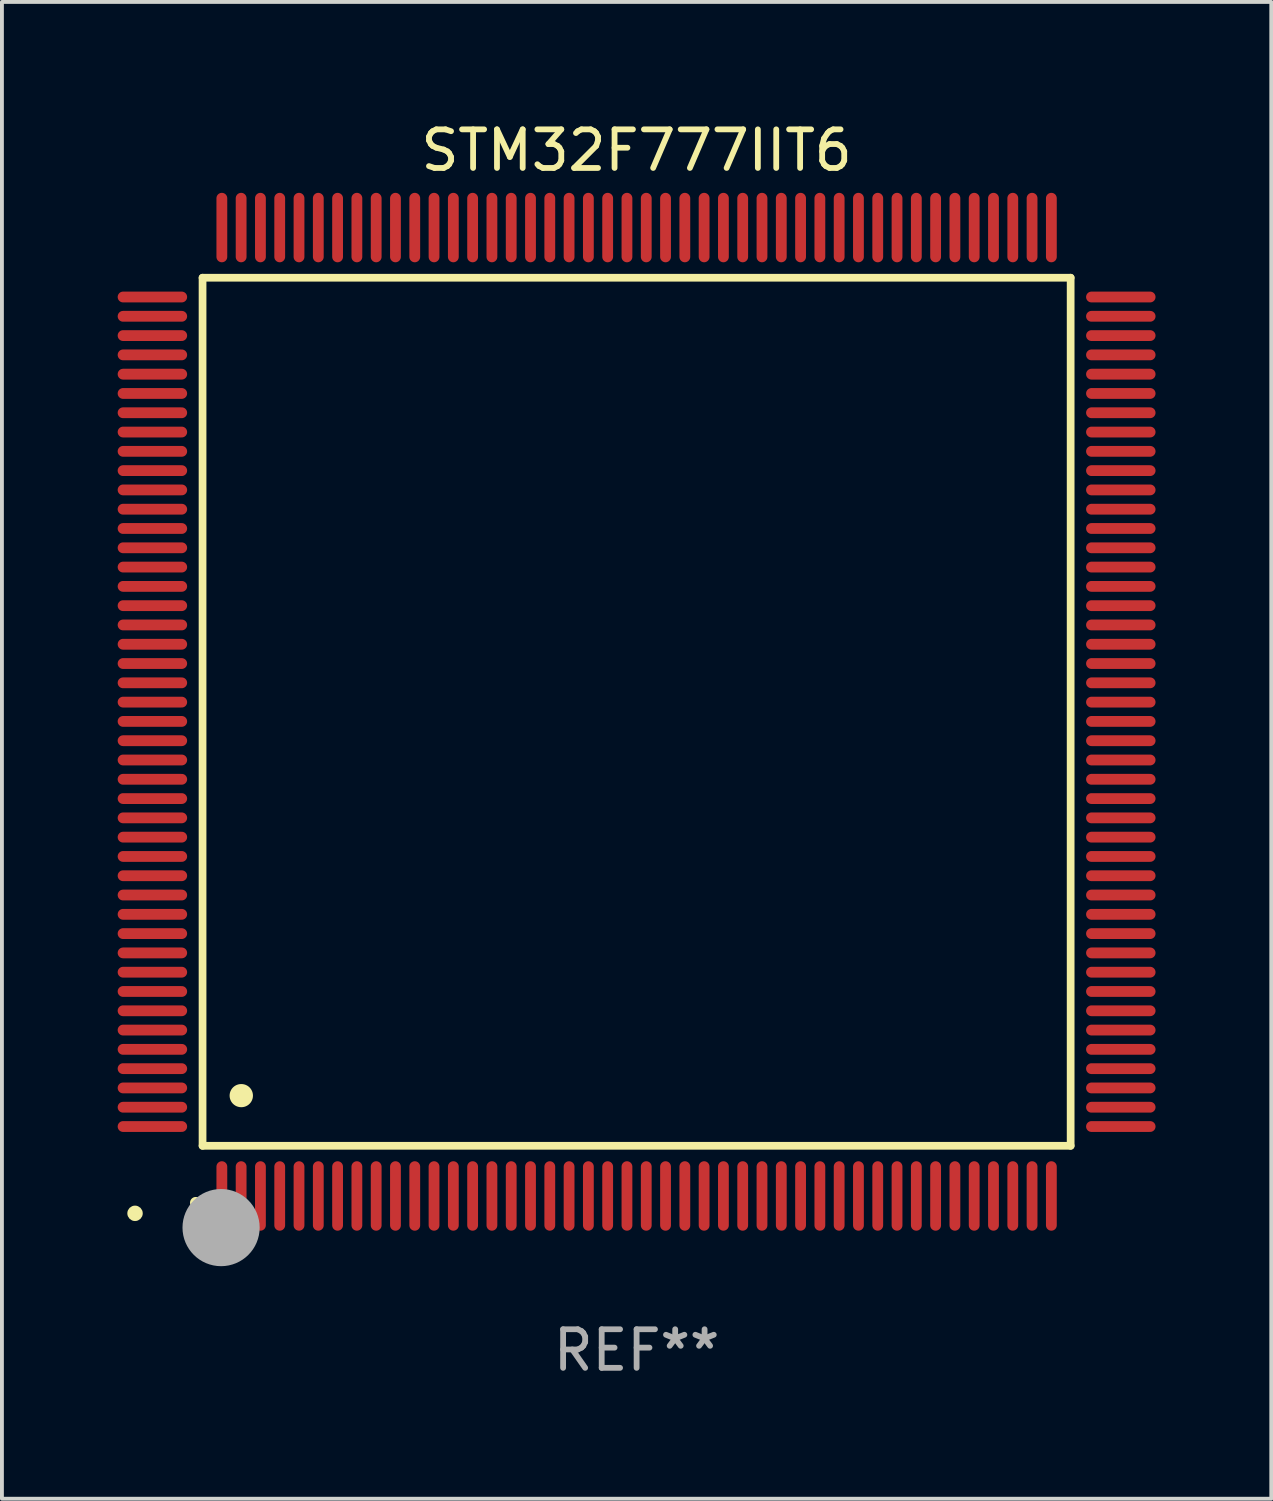
<source format=kicad_pcb>
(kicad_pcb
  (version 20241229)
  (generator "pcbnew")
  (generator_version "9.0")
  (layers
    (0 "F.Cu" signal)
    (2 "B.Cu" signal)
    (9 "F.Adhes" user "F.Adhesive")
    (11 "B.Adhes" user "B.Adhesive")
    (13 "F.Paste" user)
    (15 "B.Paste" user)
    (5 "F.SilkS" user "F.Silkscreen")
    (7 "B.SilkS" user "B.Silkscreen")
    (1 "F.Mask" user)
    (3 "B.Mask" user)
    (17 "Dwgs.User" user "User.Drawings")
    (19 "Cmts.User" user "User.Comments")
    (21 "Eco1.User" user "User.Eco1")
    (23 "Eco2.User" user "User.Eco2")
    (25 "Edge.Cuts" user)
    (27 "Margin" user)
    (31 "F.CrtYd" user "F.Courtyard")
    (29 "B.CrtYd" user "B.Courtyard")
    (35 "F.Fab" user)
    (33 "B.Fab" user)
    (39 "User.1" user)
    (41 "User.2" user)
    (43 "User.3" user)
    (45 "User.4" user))
  (footprint "STM32F777IIT6"
    (layer "F.Cu")
    (at 13.45 15.398)
    (property "Reference" "STM32F777IIT6" (at 0 -14.55 0) (layer "F.SilkS") (effects (font (size 1 1) (thickness 0.15))))
    (attr through_hole)
    (fp_line (start -11.25 -11.25) (end 11.25 -11.25) (stroke (width 0.2) (type solid)) (layer "F.SilkS"))
    (fp_line (start -11.25 11.25) (end -11.25 -11.25) (stroke (width 0.2) (type solid)) (layer "F.SilkS"))
    (fp_line (start 11.25 -11.25) (end 11.25 11.25) (stroke (width 0.2) (type solid)) (layer "F.SilkS"))
    (fp_line (start 11.25 11.25) (end -11.25 11.25) (stroke (width 0.2) (type solid)) (layer "F.SilkS"))
    (fp_arc (start -11.424943 12.725425) (mid -11.423673 12.72542) (end -11.422403 12.725425) (stroke (width 0.3) (type solid)) (layer "F.SilkS"))
    (fp_arc (start -10.24892 9.9492) (mid -10.24638 9.949189) (end -10.24384 9.9492) (stroke (width 0.6) (type solid)) (layer "F.SilkS"))
    (fp_circle (center -13 13) (end -12.9 13) (stroke (width 0.2) (type solid)) (fill no) (layer "F.SilkS"))
    (fp_circle (center -10.77 13.37) (end -10.27 13.37) (stroke (width 1) (type solid)) (fill no) (layer "F.Fab"))
    (fp_text user "REF**" (at 0 16.55 0) (layer "F.Fab") (effects (font (size 1 1) (thickness 0.15))))
    (pad "1" smd oval (at -10.75 12.55) (size 0.28 1.8) (layers "F.Cu" "F.Mask" "F.Paste"))
    (pad "2" smd oval (at -10.25 12.55) (size 0.28 1.8) (layers "F.Cu" "F.Mask" "F.Paste"))
    (pad "3" smd oval (at -9.75 12.55) (size 0.28 1.8) (layers "F.Cu" "F.Mask" "F.Paste"))
    (pad "4" smd oval (at -9.25 12.55) (size 0.28 1.8) (layers "F.Cu" "F.Mask" "F.Paste"))
    (pad "5" smd oval (at -8.75 12.55) (size 0.28 1.8) (layers "F.Cu" "F.Mask" "F.Paste"))
    (pad "6" smd oval (at -8.25 12.55) (size 0.28 1.8) (layers "F.Cu" "F.Mask" "F.Paste"))
    (pad "7" smd oval (at -7.75 12.55) (size 0.28 1.8) (layers "F.Cu" "F.Mask" "F.Paste"))
    (pad "8" smd oval (at -7.25 12.55) (size 0.28 1.8) (layers "F.Cu" "F.Mask" "F.Paste"))
    (pad "9" smd oval (at -6.75 12.55) (size 0.28 1.8) (layers "F.Cu" "F.Mask" "F.Paste"))
    (pad "10" smd oval (at -6.25 12.55) (size 0.28 1.8) (layers "F.Cu" "F.Mask" "F.Paste"))
    (pad "11" smd oval (at -5.75 12.55) (size 0.28 1.8) (layers "F.Cu" "F.Mask" "F.Paste"))
    (pad "12" smd oval (at -5.25 12.55) (size 0.28 1.8) (layers "F.Cu" "F.Mask" "F.Paste"))
    (pad "13" smd oval (at -4.75 12.55) (size 0.28 1.8) (layers "F.Cu" "F.Mask" "F.Paste"))
    (pad "14" smd oval (at -4.25 12.55) (size 0.28 1.8) (layers "F.Cu" "F.Mask" "F.Paste"))
    (pad "15" smd oval (at -3.75 12.55) (size 0.28 1.8) (layers "F.Cu" "F.Mask" "F.Paste"))
    (pad "16" smd oval (at -3.25 12.55) (size 0.28 1.8) (layers "F.Cu" "F.Mask" "F.Paste"))
    (pad "17" smd oval (at -2.75 12.55) (size 0.28 1.8) (layers "F.Cu" "F.Mask" "F.Paste"))
    (pad "18" smd oval (at -2.25 12.55) (size 0.28 1.8) (layers "F.Cu" "F.Mask" "F.Paste"))
    (pad "19" smd oval (at -1.75 12.55) (size 0.28 1.8) (layers "F.Cu" "F.Mask" "F.Paste"))
    (pad "20" smd oval (at -1.25 12.55) (size 0.28 1.8) (layers "F.Cu" "F.Mask" "F.Paste"))
    (pad "21" smd oval (at -0.75 12.55) (size 0.28 1.8) (layers "F.Cu" "F.Mask" "F.Paste"))
    (pad "22" smd oval (at -0.25 12.55) (size 0.28 1.8) (layers "F.Cu" "F.Mask" "F.Paste"))
    (pad "23" smd oval (at 0.25 12.55) (size 0.28 1.8) (layers "F.Cu" "F.Mask" "F.Paste"))
    (pad "24" smd oval (at 0.75 12.55) (size 0.28 1.8) (layers "F.Cu" "F.Mask" "F.Paste"))
    (pad "25" smd oval (at 1.25 12.55) (size 0.28 1.8) (layers "F.Cu" "F.Mask" "F.Paste"))
    (pad "26" smd oval (at 1.75 12.55) (size 0.28 1.8) (layers "F.Cu" "F.Mask" "F.Paste"))
    (pad "27" smd oval (at 2.25 12.55) (size 0.28 1.8) (layers "F.Cu" "F.Mask" "F.Paste"))
    (pad "28" smd oval (at 2.75 12.55) (size 0.28 1.8) (layers "F.Cu" "F.Mask" "F.Paste"))
    (pad "29" smd oval (at 3.25 12.55) (size 0.28 1.8) (layers "F.Cu" "F.Mask" "F.Paste"))
    (pad "30" smd oval (at 3.75 12.55) (size 0.28 1.8) (layers "F.Cu" "F.Mask" "F.Paste"))
    (pad "31" smd oval (at 4.25 12.55) (size 0.28 1.8) (layers "F.Cu" "F.Mask" "F.Paste"))
    (pad "32" smd oval (at 4.75 12.55) (size 0.28 1.8) (layers "F.Cu" "F.Mask" "F.Paste"))
    (pad "33" smd oval (at 5.25 12.55) (size 0.28 1.8) (layers "F.Cu" "F.Mask" "F.Paste"))
    (pad "34" smd oval (at 5.75 12.55) (size 0.28 1.8) (layers "F.Cu" "F.Mask" "F.Paste"))
    (pad "35" smd oval (at 6.25 12.55) (size 0.28 1.8) (layers "F.Cu" "F.Mask" "F.Paste"))
    (pad "36" smd oval (at 6.75 12.55) (size 0.28 1.8) (layers "F.Cu" "F.Mask" "F.Paste"))
    (pad "37" smd oval (at 7.25 12.55) (size 0.28 1.8) (layers "F.Cu" "F.Mask" "F.Paste"))
    (pad "38" smd oval (at 7.75 12.55) (size 0.28 1.8) (layers "F.Cu" "F.Mask" "F.Paste"))
    (pad "39" smd oval (at 8.25 12.55) (size 0.28 1.8) (layers "F.Cu" "F.Mask" "F.Paste"))
    (pad "40" smd oval (at 8.75 12.55) (size 0.28 1.8) (layers "F.Cu" "F.Mask" "F.Paste"))
    (pad "41" smd oval (at 9.25 12.55) (size 0.28 1.8) (layers "F.Cu" "F.Mask" "F.Paste"))
    (pad "42" smd oval (at 9.75 12.55) (size 0.28 1.8) (layers "F.Cu" "F.Mask" "F.Paste"))
    (pad "43" smd oval (at 10.25 12.55) (size 0.28 1.8) (layers "F.Cu" "F.Mask" "F.Paste"))
    (pad "44" smd oval (at 10.75 12.55) (size 0.28 1.8) (layers "F.Cu" "F.Mask" "F.Paste"))
    (pad "45" smd oval (at 12.55 10.75) (size 1.8 0.28) (layers "F.Cu" "F.Mask" "F.Paste"))
    (pad "46" smd oval (at 12.55 10.25) (size 1.8 0.28) (layers "F.Cu" "F.Mask" "F.Paste"))
    (pad "47" smd oval (at 12.55 9.75) (size 1.8 0.28) (layers "F.Cu" "F.Mask" "F.Paste"))
    (pad "48" smd oval (at 12.55 9.25) (size 1.8 0.28) (layers "F.Cu" "F.Mask" "F.Paste"))
    (pad "49" smd oval (at 12.55 8.75) (size 1.8 0.28) (layers "F.Cu" "F.Mask" "F.Paste"))
    (pad "50" smd oval (at 12.55 8.25) (size 1.8 0.28) (layers "F.Cu" "F.Mask" "F.Paste"))
    (pad "51" smd oval (at 12.55 7.75) (size 1.8 0.28) (layers "F.Cu" "F.Mask" "F.Paste"))
    (pad "52" smd oval (at 12.55 7.25) (size 1.8 0.28) (layers "F.Cu" "F.Mask" "F.Paste"))
    (pad "53" smd oval (at 12.55 6.75) (size 1.8 0.28) (layers "F.Cu" "F.Mask" "F.Paste"))
    (pad "54" smd oval (at 12.55 6.25) (size 1.8 0.28) (layers "F.Cu" "F.Mask" "F.Paste"))
    (pad "55" smd oval (at 12.55 5.75) (size 1.8 0.28) (layers "F.Cu" "F.Mask" "F.Paste"))
    (pad "56" smd oval (at 12.55 5.25) (size 1.8 0.28) (layers "F.Cu" "F.Mask" "F.Paste"))
    (pad "57" smd oval (at 12.55 4.75) (size 1.8 0.28) (layers "F.Cu" "F.Mask" "F.Paste"))
    (pad "58" smd oval (at 12.55 4.25) (size 1.8 0.28) (layers "F.Cu" "F.Mask" "F.Paste"))
    (pad "59" smd oval (at 12.55 3.75) (size 1.8 0.28) (layers "F.Cu" "F.Mask" "F.Paste"))
    (pad "60" smd oval (at 12.55 3.25) (size 1.8 0.28) (layers "F.Cu" "F.Mask" "F.Paste"))
    (pad "61" smd oval (at 12.55 2.75) (size 1.8 0.28) (layers "F.Cu" "F.Mask" "F.Paste"))
    (pad "62" smd oval (at 12.55 2.25) (size 1.8 0.28) (layers "F.Cu" "F.Mask" "F.Paste"))
    (pad "63" smd oval (at 12.55 1.75) (size 1.8 0.28) (layers "F.Cu" "F.Mask" "F.Paste"))
    (pad "64" smd oval (at 12.55 1.25) (size 1.8 0.28) (layers "F.Cu" "F.Mask" "F.Paste"))
    (pad "65" smd oval (at 12.55 0.75) (size 1.8 0.28) (layers "F.Cu" "F.Mask" "F.Paste"))
    (pad "66" smd oval (at 12.55 0.25) (size 1.8 0.28) (layers "F.Cu" "F.Mask" "F.Paste"))
    (pad "67" smd oval (at 12.55 -0.25) (size 1.8 0.28) (layers "F.Cu" "F.Mask" "F.Paste"))
    (pad "68" smd oval (at 12.55 -0.75) (size 1.8 0.28) (layers "F.Cu" "F.Mask" "F.Paste"))
    (pad "69" smd oval (at 12.55 -1.25) (size 1.8 0.28) (layers "F.Cu" "F.Mask" "F.Paste"))
    (pad "70" smd oval (at 12.55 -1.75) (size 1.8 0.28) (layers "F.Cu" "F.Mask" "F.Paste"))
    (pad "71" smd oval (at 12.55 -2.25) (size 1.8 0.28) (layers "F.Cu" "F.Mask" "F.Paste"))
    (pad "72" smd oval (at 12.55 -2.75) (size 1.8 0.28) (layers "F.Cu" "F.Mask" "F.Paste"))
    (pad "73" smd oval (at 12.55 -3.25) (size 1.8 0.28) (layers "F.Cu" "F.Mask" "F.Paste"))
    (pad "74" smd oval (at 12.55 -3.75) (size 1.8 0.28) (layers "F.Cu" "F.Mask" "F.Paste"))
    (pad "75" smd oval (at 12.55 -4.25) (size 1.8 0.28) (layers "F.Cu" "F.Mask" "F.Paste"))
    (pad "76" smd oval (at 12.55 -4.75) (size 1.8 0.28) (layers "F.Cu" "F.Mask" "F.Paste"))
    (pad "77" smd oval (at 12.55 -5.25) (size 1.8 0.28) (layers "F.Cu" "F.Mask" "F.Paste"))
    (pad "78" smd oval (at 12.55 -5.75) (size 1.8 0.28) (layers "F.Cu" "F.Mask" "F.Paste"))
    (pad "79" smd oval (at 12.55 -6.25) (size 1.8 0.28) (layers "F.Cu" "F.Mask" "F.Paste"))
    (pad "80" smd oval (at 12.55 -6.75) (size 1.8 0.28) (layers "F.Cu" "F.Mask" "F.Paste"))
    (pad "81" smd oval (at 12.55 -7.25) (size 1.8 0.28) (layers "F.Cu" "F.Mask" "F.Paste"))
    (pad "82" smd oval (at 12.55 -7.75) (size 1.8 0.28) (layers "F.Cu" "F.Mask" "F.Paste"))
    (pad "83" smd oval (at 12.55 -8.25) (size 1.8 0.28) (layers "F.Cu" "F.Mask" "F.Paste"))
    (pad "84" smd oval (at 12.55 -8.75) (size 1.8 0.28) (layers "F.Cu" "F.Mask" "F.Paste"))
    (pad "85" smd oval (at 12.55 -9.25) (size 1.8 0.28) (layers "F.Cu" "F.Mask" "F.Paste"))
    (pad "86" smd oval (at 12.55 -9.75) (size 1.8 0.28) (layers "F.Cu" "F.Mask" "F.Paste"))
    (pad "87" smd oval (at 12.55 -10.25) (size 1.8 0.28) (layers "F.Cu" "F.Mask" "F.Paste"))
    (pad "88" smd oval (at 12.55 -10.75) (size 1.8 0.28) (layers "F.Cu" "F.Mask" "F.Paste"))
    (pad "89" smd oval (at 10.75 -12.55) (size 0.28 1.8) (layers "F.Cu" "F.Mask" "F.Paste"))
    (pad "90" smd oval (at 10.25 -12.55) (size 0.28 1.8) (layers "F.Cu" "F.Mask" "F.Paste"))
    (pad "91" smd oval (at 9.75 -12.55) (size 0.28 1.8) (layers "F.Cu" "F.Mask" "F.Paste"))
    (pad "92" smd oval (at 9.25 -12.55) (size 0.28 1.8) (layers "F.Cu" "F.Mask" "F.Paste"))
    (pad "93" smd oval (at 8.75 -12.55) (size 0.28 1.8) (layers "F.Cu" "F.Mask" "F.Paste"))
    (pad "94" smd oval (at 8.25 -12.55) (size 0.28 1.8) (layers "F.Cu" "F.Mask" "F.Paste"))
    (pad "95" smd oval (at 7.75 -12.55) (size 0.28 1.8) (layers "F.Cu" "F.Mask" "F.Paste"))
    (pad "96" smd oval (at 7.25 -12.55) (size 0.28 1.8) (layers "F.Cu" "F.Mask" "F.Paste"))
    (pad "97" smd oval (at 6.75 -12.55) (size 0.28 1.8) (layers "F.Cu" "F.Mask" "F.Paste"))
    (pad "98" smd oval (at 6.25 -12.55) (size 0.28 1.8) (layers "F.Cu" "F.Mask" "F.Paste"))
    (pad "99" smd oval (at 5.75 -12.55) (size 0.28 1.8) (layers "F.Cu" "F.Mask" "F.Paste"))
    (pad "100" smd oval (at 5.25 -12.55) (size 0.28 1.8) (layers "F.Cu" "F.Mask" "F.Paste"))
    (pad "101" smd oval (at 4.75 -12.55) (size 0.28 1.8) (layers "F.Cu" "F.Mask" "F.Paste"))
    (pad "102" smd oval (at 4.25 -12.55) (size 0.28 1.8) (layers "F.Cu" "F.Mask" "F.Paste"))
    (pad "103" smd oval (at 3.75 -12.55) (size 0.28 1.8) (layers "F.Cu" "F.Mask" "F.Paste"))
    (pad "104" smd oval (at 3.25 -12.55) (size 0.28 1.8) (layers "F.Cu" "F.Mask" "F.Paste"))
    (pad "105" smd oval (at 2.75 -12.55) (size 0.28 1.8) (layers "F.Cu" "F.Mask" "F.Paste"))
    (pad "106" smd oval (at 2.25 -12.55) (size 0.28 1.8) (layers "F.Cu" "F.Mask" "F.Paste"))
    (pad "107" smd oval (at 1.75 -12.55) (size 0.28 1.8) (layers "F.Cu" "F.Mask" "F.Paste"))
    (pad "108" smd oval (at 1.25 -12.55) (size 0.28 1.8) (layers "F.Cu" "F.Mask" "F.Paste"))
    (pad "109" smd oval (at 0.75 -12.55) (size 0.28 1.8) (layers "F.Cu" "F.Mask" "F.Paste"))
    (pad "110" smd oval (at 0.25 -12.55) (size 0.28 1.8) (layers "F.Cu" "F.Mask" "F.Paste"))
    (pad "111" smd oval (at -0.25 -12.55) (size 0.28 1.8) (layers "F.Cu" "F.Mask" "F.Paste"))
    (pad "112" smd oval (at -0.75 -12.55) (size 0.28 1.8) (layers "F.Cu" "F.Mask" "F.Paste"))
    (pad "113" smd oval (at -1.25 -12.55) (size 0.28 1.8) (layers "F.Cu" "F.Mask" "F.Paste"))
    (pad "114" smd oval (at -1.75 -12.55) (size 0.28 1.8) (layers "F.Cu" "F.Mask" "F.Paste"))
    (pad "115" smd oval (at -2.25 -12.55) (size 0.28 1.8) (layers "F.Cu" "F.Mask" "F.Paste"))
    (pad "116" smd oval (at -2.75 -12.55) (size 0.28 1.8) (layers "F.Cu" "F.Mask" "F.Paste"))
    (pad "117" smd oval (at -3.25 -12.55) (size 0.28 1.8) (layers "F.Cu" "F.Mask" "F.Paste"))
    (pad "118" smd oval (at -3.75 -12.55) (size 0.28 1.8) (layers "F.Cu" "F.Mask" "F.Paste"))
    (pad "119" smd oval (at -4.25 -12.55) (size 0.28 1.8) (layers "F.Cu" "F.Mask" "F.Paste"))
    (pad "120" smd oval (at -4.75 -12.55) (size 0.28 1.8) (layers "F.Cu" "F.Mask" "F.Paste"))
    (pad "121" smd oval (at -5.25 -12.55) (size 0.28 1.8) (layers "F.Cu" "F.Mask" "F.Paste"))
    (pad "122" smd oval (at -5.75 -12.55) (size 0.28 1.8) (layers "F.Cu" "F.Mask" "F.Paste"))
    (pad "123" smd oval (at -6.25 -12.55) (size 0.28 1.8) (layers "F.Cu" "F.Mask" "F.Paste"))
    (pad "124" smd oval (at -6.75 -12.55) (size 0.28 1.8) (layers "F.Cu" "F.Mask" "F.Paste"))
    (pad "125" smd oval (at -7.25 -12.55) (size 0.28 1.8) (layers "F.Cu" "F.Mask" "F.Paste"))
    (pad "126" smd oval (at -7.75 -12.55) (size 0.28 1.8) (layers "F.Cu" "F.Mask" "F.Paste"))
    (pad "127" smd oval (at -8.25 -12.55) (size 0.28 1.8) (layers "F.Cu" "F.Mask" "F.Paste"))
    (pad "128" smd oval (at -8.75 -12.55) (size 0.28 1.8) (layers "F.Cu" "F.Mask" "F.Paste"))
    (pad "129" smd oval (at -9.25 -12.55) (size 0.28 1.8) (layers "F.Cu" "F.Mask" "F.Paste"))
    (pad "130" smd oval (at -9.75 -12.55) (size 0.28 1.8) (layers "F.Cu" "F.Mask" "F.Paste"))
    (pad "131" smd oval (at -10.25 -12.55) (size 0.28 1.8) (layers "F.Cu" "F.Mask" "F.Paste"))
    (pad "132" smd oval (at -10.75 -12.55) (size 0.28 1.8) (layers "F.Cu" "F.Mask" "F.Paste"))
    (pad "133" smd oval (at -12.55 -10.75) (size 1.8 0.28) (layers "F.Cu" "F.Mask" "F.Paste"))
    (pad "134" smd oval (at -12.55 -10.25) (size 1.8 0.28) (layers "F.Cu" "F.Mask" "F.Paste"))
    (pad "135" smd oval (at -12.55 -9.75) (size 1.8 0.28) (layers "F.Cu" "F.Mask" "F.Paste"))
    (pad "136" smd oval (at -12.55 -9.25) (size 1.8 0.28) (layers "F.Cu" "F.Mask" "F.Paste"))
    (pad "137" smd oval (at -12.55 -8.75) (size 1.8 0.28) (layers "F.Cu" "F.Mask" "F.Paste"))
    (pad "138" smd oval (at -12.55 -8.25) (size 1.8 0.28) (layers "F.Cu" "F.Mask" "F.Paste"))
    (pad "139" smd oval (at -12.55 -7.75) (size 1.8 0.28) (layers "F.Cu" "F.Mask" "F.Paste"))
    (pad "140" smd oval (at -12.55 -7.25) (size 1.8 0.28) (layers "F.Cu" "F.Mask" "F.Paste"))
    (pad "141" smd oval (at -12.55 -6.75) (size 1.8 0.28) (layers "F.Cu" "F.Mask" "F.Paste"))
    (pad "142" smd oval (at -12.55 -6.25) (size 1.8 0.28) (layers "F.Cu" "F.Mask" "F.Paste"))
    (pad "143" smd oval (at -12.55 -5.75) (size 1.8 0.28) (layers "F.Cu" "F.Mask" "F.Paste"))
    (pad "144" smd oval (at -12.55 -5.25) (size 1.8 0.28) (layers "F.Cu" "F.Mask" "F.Paste"))
    (pad "145" smd oval (at -12.55 -4.75) (size 1.8 0.28) (layers "F.Cu" "F.Mask" "F.Paste"))
    (pad "146" smd oval (at -12.55 -4.25) (size 1.8 0.28) (layers "F.Cu" "F.Mask" "F.Paste"))
    (pad "147" smd oval (at -12.55 -3.75) (size 1.8 0.28) (layers "F.Cu" "F.Mask" "F.Paste"))
    (pad "148" smd oval (at -12.55 -3.25) (size 1.8 0.28) (layers "F.Cu" "F.Mask" "F.Paste"))
    (pad "149" smd oval (at -12.55 -2.75) (size 1.8 0.28) (layers "F.Cu" "F.Mask" "F.Paste"))
    (pad "150" smd oval (at -12.55 -2.25) (size 1.8 0.28) (layers "F.Cu" "F.Mask" "F.Paste"))
    (pad "151" smd oval (at -12.55 -1.75) (size 1.8 0.28) (layers "F.Cu" "F.Mask" "F.Paste"))
    (pad "152" smd oval (at -12.55 -1.25) (size 1.8 0.28) (layers "F.Cu" "F.Mask" "F.Paste"))
    (pad "153" smd oval (at -12.55 -0.75) (size 1.8 0.28) (layers "F.Cu" "F.Mask" "F.Paste"))
    (pad "154" smd oval (at -12.55 -0.25) (size 1.8 0.28) (layers "F.Cu" "F.Mask" "F.Paste"))
    (pad "155" smd oval (at -12.55 0.25) (size 1.8 0.28) (layers "F.Cu" "F.Mask" "F.Paste"))
    (pad "156" smd oval (at -12.55 0.75) (size 1.8 0.28) (layers "F.Cu" "F.Mask" "F.Paste"))
    (pad "157" smd oval (at -12.55 1.25) (size 1.8 0.28) (layers "F.Cu" "F.Mask" "F.Paste"))
    (pad "158" smd oval (at -12.55 1.75) (size 1.8 0.28) (layers "F.Cu" "F.Mask" "F.Paste"))
    (pad "159" smd oval (at -12.55 2.25) (size 1.8 0.28) (layers "F.Cu" "F.Mask" "F.Paste"))
    (pad "160" smd oval (at -12.55 2.75) (size 1.8 0.28) (layers "F.Cu" "F.Mask" "F.Paste"))
    (pad "161" smd oval (at -12.55 3.25) (size 1.8 0.28) (layers "F.Cu" "F.Mask" "F.Paste"))
    (pad "162" smd oval (at -12.55 3.75) (size 1.8 0.28) (layers "F.Cu" "F.Mask" "F.Paste"))
    (pad "163" smd oval (at -12.55 4.25) (size 1.8 0.28) (layers "F.Cu" "F.Mask" "F.Paste"))
    (pad "164" smd oval (at -12.55 4.75) (size 1.8 0.28) (layers "F.Cu" "F.Mask" "F.Paste"))
    (pad "165" smd oval (at -12.55 5.25) (size 1.8 0.28) (layers "F.Cu" "F.Mask" "F.Paste"))
    (pad "166" smd oval (at -12.55 5.75) (size 1.8 0.28) (layers "F.Cu" "F.Mask" "F.Paste"))
    (pad "167" smd oval (at -12.55 6.25) (size 1.8 0.28) (layers "F.Cu" "F.Mask" "F.Paste"))
    (pad "168" smd oval (at -12.55 6.75) (size 1.8 0.28) (layers "F.Cu" "F.Mask" "F.Paste"))
    (pad "169" smd oval (at -12.55 7.25) (size 1.8 0.28) (layers "F.Cu" "F.Mask" "F.Paste"))
    (pad "170" smd oval (at -12.55 7.75) (size 1.8 0.28) (layers "F.Cu" "F.Mask" "F.Paste"))
    (pad "171" smd oval (at -12.55 8.25) (size 1.8 0.28) (layers "F.Cu" "F.Mask" "F.Paste"))
    (pad "172" smd oval (at -12.55 8.75) (size 1.8 0.28) (layers "F.Cu" "F.Mask" "F.Paste"))
    (pad "173" smd oval (at -12.55 9.25) (size 1.8 0.28) (layers "F.Cu" "F.Mask" "F.Paste"))
    (pad "174" smd oval (at -12.55 9.75) (size 1.8 0.28) (layers "F.Cu" "F.Mask" "F.Paste"))
    (pad "175" smd oval (at -12.55 10.25) (size 1.8 0.28) (layers "F.Cu" "F.Mask" "F.Paste"))
    (pad "176" smd oval (at -12.55 10.75) (size 1.8 0.28) (layers "F.Cu" "F.Mask" "F.Paste")))
  (gr_rect
    (start -3 -3)
    (end 29.9 35.796)
    (stroke (width 0.1) (type default))
    (fill no)
    (layer "Edge.Cuts")))
</source>
